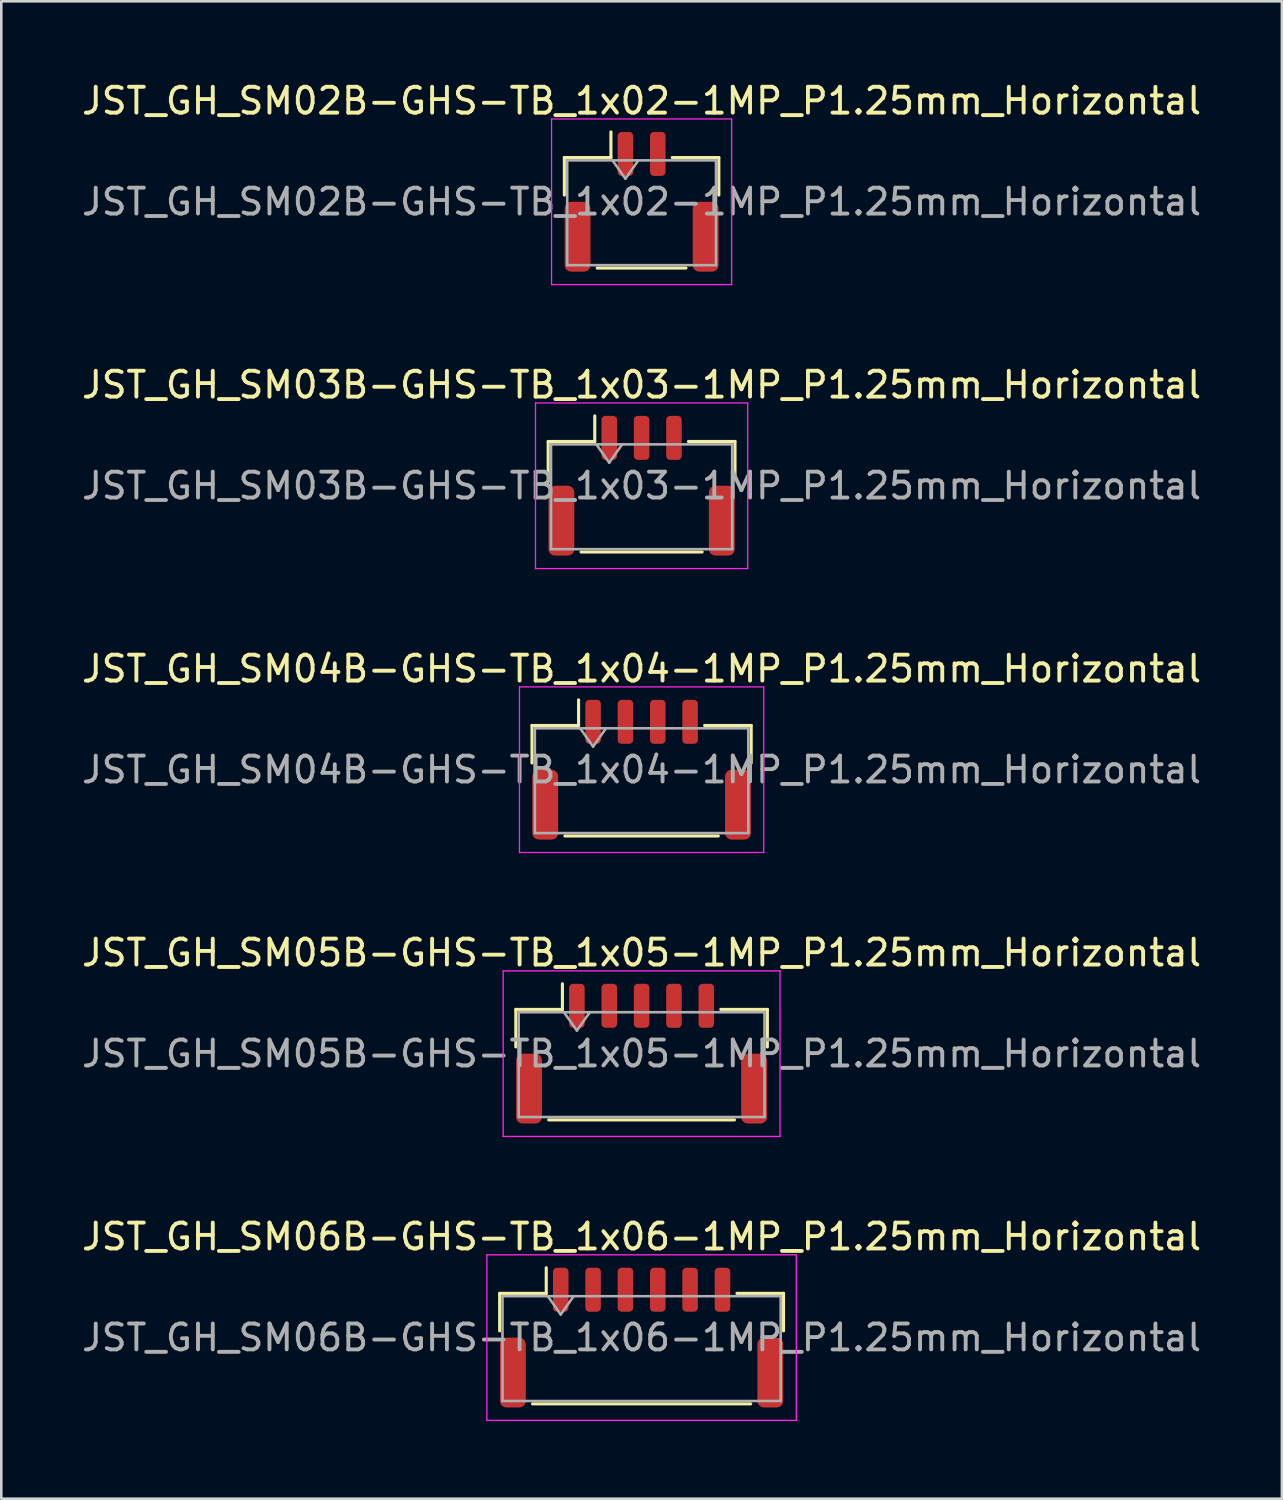
<source format=kicad_pcb>
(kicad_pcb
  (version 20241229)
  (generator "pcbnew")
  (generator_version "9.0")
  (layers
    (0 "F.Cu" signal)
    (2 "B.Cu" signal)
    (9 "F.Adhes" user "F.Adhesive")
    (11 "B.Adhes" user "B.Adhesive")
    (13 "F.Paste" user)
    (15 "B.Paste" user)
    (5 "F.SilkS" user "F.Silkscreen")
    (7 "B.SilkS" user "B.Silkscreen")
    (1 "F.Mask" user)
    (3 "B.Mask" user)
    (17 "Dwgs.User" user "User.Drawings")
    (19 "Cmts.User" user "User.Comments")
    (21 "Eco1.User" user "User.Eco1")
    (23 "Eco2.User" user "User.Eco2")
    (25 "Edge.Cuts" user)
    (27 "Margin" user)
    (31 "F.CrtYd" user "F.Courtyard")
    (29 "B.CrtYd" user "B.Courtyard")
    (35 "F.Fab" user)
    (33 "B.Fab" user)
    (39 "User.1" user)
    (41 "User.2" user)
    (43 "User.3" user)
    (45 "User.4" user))
  (footprint "JST_GH_SM05B-GHS-TB_1x05-1MP_P1.25mm_Horizontal"
    (layer "F.Cu")
    (at 21.744 37.668)
    (property "Reference" "JST_GH_SM05B-GHS-TB_1x05-1MP_P1.25mm_Horizontal" (at 0 -3.9 0) (layer "F.SilkS") (effects (font (size 1 1) (thickness 0.15))))
    (attr smd)
    (fp_line (start -4.86 -1.71) (end -3.06 -1.71) (stroke (width 0.12) (type solid)) (layer "F.SilkS"))
    (fp_line (start -4.86 -0.26) (end -4.86 -1.71) (stroke (width 0.12) (type solid)) (layer "F.SilkS"))
    (fp_line (start -3.59 2.56) (end 3.59 2.56) (stroke (width 0.12) (type solid)) (layer "F.SilkS"))
    (fp_line (start -3.06 -1.71) (end -3.06 -2.7) (stroke (width 0.12) (type solid)) (layer "F.SilkS"))
    (fp_line (start 4.86 -1.71) (end 3.06 -1.71) (stroke (width 0.12) (type solid)) (layer "F.SilkS"))
    (fp_line (start 4.86 -0.26) (end 4.86 -1.71) (stroke (width 0.12) (type solid)) (layer "F.SilkS"))
    (fp_line (start -5.35 -3.2) (end -5.35 3.2) (stroke (width 0.05) (type solid)) (layer "F.CrtYd"))
    (fp_line (start -5.35 3.2) (end 5.35 3.2) (stroke (width 0.05) (type solid)) (layer "F.CrtYd"))
    (fp_line (start 5.35 -3.2) (end -5.35 -3.2) (stroke (width 0.05) (type solid)) (layer "F.CrtYd"))
    (fp_line (start 5.35 3.2) (end 5.35 -3.2) (stroke (width 0.05) (type solid)) (layer "F.CrtYd"))
    (fp_line (start -4.75 -1.6) (end -4.75 2.45) (stroke (width 0.1) (type solid)) (layer "F.Fab"))
    (fp_line (start -4.75 -1.6) (end 4.75 -1.6) (stroke (width 0.1) (type solid)) (layer "F.Fab"))
    (fp_line (start -4.75 2.45) (end 4.75 2.45) (stroke (width 0.1) (type solid)) (layer "F.Fab"))
    (fp_line (start -3 -1.6) (end -2.5 -0.893) (stroke (width 0.1) (type solid)) (layer "F.Fab"))
    (fp_line (start -2.5 -0.893) (end -2 -1.6) (stroke (width 0.1) (type solid)) (layer "F.Fab"))
    (fp_line (start 4.75 -1.6) (end 4.75 2.45) (stroke (width 0.1) (type solid)) (layer "F.Fab"))
    (fp_text user "${REFERENCE}" (at 0 0 0) (layer "F.Fab") (effects (font (size 1 1) (thickness 0.15))))
    (pad "1" smd roundrect (at -2.5 -1.85) (size 0.6 1.7) (layers "F.Cu" "F.Mask" "F.Paste") (roundrect_rratio 0.25))
    (pad "2" smd roundrect (at -1.25 -1.85) (size 0.6 1.7) (layers "F.Cu" "F.Mask" "F.Paste") (roundrect_rratio 0.25))
    (pad "3" smd roundrect (at 0 -1.85) (size 0.6 1.7) (layers "F.Cu" "F.Mask" "F.Paste") (roundrect_rratio 0.25))
    (pad "4" smd roundrect (at 1.25 -1.85) (size 0.6 1.7) (layers "F.Cu" "F.Mask" "F.Paste") (roundrect_rratio 0.25))
    (pad "5" smd roundrect (at 2.5 -1.85) (size 0.6 1.7) (layers "F.Cu" "F.Mask" "F.Paste") (roundrect_rratio 0.25))
    (pad "MP" smd roundrect (at -4.35 1.35) (size 1 2.7) (layers "F.Cu" "F.Mask" "F.Paste") (roundrect_rratio 0.25))
    (pad "MP" smd roundrect (at 4.35 1.35) (size 1 2.7) (layers "F.Cu" "F.Mask" "F.Paste") (roundrect_rratio 0.25)))
  (footprint "JST_GH_SM02B-GHS-TB_1x02-1MP_P1.25mm_Horizontal"
    (layer "F.Cu")
    (at 21.744 4.748)
    (property "Reference" "JST_GH_SM02B-GHS-TB_1x02-1MP_P1.25mm_Horizontal" (at 0 -3.9 0) (layer "F.SilkS") (effects (font (size 1 1) (thickness 0.15))))
    (attr smd)
    (fp_line (start -2.985 -1.71) (end -1.185 -1.71) (stroke (width 0.12) (type solid)) (layer "F.SilkS"))
    (fp_line (start -2.985 -0.26) (end -2.985 -1.71) (stroke (width 0.12) (type solid)) (layer "F.SilkS"))
    (fp_line (start -1.715 2.56) (end 1.715 2.56) (stroke (width 0.12) (type solid)) (layer "F.SilkS"))
    (fp_line (start -1.185 -1.71) (end -1.185 -2.7) (stroke (width 0.12) (type solid)) (layer "F.SilkS"))
    (fp_line (start 2.985 -1.71) (end 1.185 -1.71) (stroke (width 0.12) (type solid)) (layer "F.SilkS"))
    (fp_line (start 2.985 -0.26) (end 2.985 -1.71) (stroke (width 0.12) (type solid)) (layer "F.SilkS"))
    (fp_line (start -3.48 -3.2) (end -3.48 3.2) (stroke (width 0.05) (type solid)) (layer "F.CrtYd"))
    (fp_line (start -3.48 3.2) (end 3.48 3.2) (stroke (width 0.05) (type solid)) (layer "F.CrtYd"))
    (fp_line (start 3.48 -3.2) (end -3.48 -3.2) (stroke (width 0.05) (type solid)) (layer "F.CrtYd"))
    (fp_line (start 3.48 3.2) (end 3.48 -3.2) (stroke (width 0.05) (type solid)) (layer "F.CrtYd"))
    (fp_line (start -2.875 -1.6) (end -2.875 2.45) (stroke (width 0.1) (type solid)) (layer "F.Fab"))
    (fp_line (start -2.875 -1.6) (end 2.875 -1.6) (stroke (width 0.1) (type solid)) (layer "F.Fab"))
    (fp_line (start -2.875 2.45) (end 2.875 2.45) (stroke (width 0.1) (type solid)) (layer "F.Fab"))
    (fp_line (start -1.125 -1.6) (end -0.625 -0.893) (stroke (width 0.1) (type solid)) (layer "F.Fab"))
    (fp_line (start -0.625 -0.893) (end -0.125 -1.6) (stroke (width 0.1) (type solid)) (layer "F.Fab"))
    (fp_line (start 2.875 -1.6) (end 2.875 2.45) (stroke (width 0.1) (type solid)) (layer "F.Fab"))
    (fp_text user "${REFERENCE}" (at 0 0 0) (layer "F.Fab") (effects (font (size 1 1) (thickness 0.15))))
    (pad "1" smd roundrect (at -0.625 -1.85) (size 0.6 1.7) (layers "F.Cu" "F.Mask" "F.Paste") (roundrect_rratio 0.25))
    (pad "2" smd roundrect (at 0.625 -1.85) (size 0.6 1.7) (layers "F.Cu" "F.Mask" "F.Paste") (roundrect_rratio 0.25))
    (pad "MP" smd roundrect (at -2.475 1.35) (size 1 2.7) (layers "F.Cu" "F.Mask" "F.Paste") (roundrect_rratio 0.25))
    (pad "MP" smd roundrect (at 2.475 1.35) (size 1 2.7) (layers "F.Cu" "F.Mask" "F.Paste") (roundrect_rratio 0.25)))
  (footprint "JST_GH_SM06B-GHS-TB_1x06-1MP_P1.25mm_Horizontal"
    (layer "F.Cu")
    (at 21.744 48.641)
    (property "Reference" "JST_GH_SM06B-GHS-TB_1x06-1MP_P1.25mm_Horizontal" (at 0 -3.9 0) (layer "F.SilkS") (effects (font (size 1 1) (thickness 0.15))))
    (attr smd)
    (fp_line (start -5.485 -1.71) (end -3.685 -1.71) (stroke (width 0.12) (type solid)) (layer "F.SilkS"))
    (fp_line (start -5.485 -0.26) (end -5.485 -1.71) (stroke (width 0.12) (type solid)) (layer "F.SilkS"))
    (fp_line (start -4.215 2.56) (end 4.215 2.56) (stroke (width 0.12) (type solid)) (layer "F.SilkS"))
    (fp_line (start -3.685 -1.71) (end -3.685 -2.7) (stroke (width 0.12) (type solid)) (layer "F.SilkS"))
    (fp_line (start 5.485 -1.71) (end 3.685 -1.71) (stroke (width 0.12) (type solid)) (layer "F.SilkS"))
    (fp_line (start 5.485 -0.26) (end 5.485 -1.71) (stroke (width 0.12) (type solid)) (layer "F.SilkS"))
    (fp_line (start -5.98 -3.2) (end -5.98 3.2) (stroke (width 0.05) (type solid)) (layer "F.CrtYd"))
    (fp_line (start -5.98 3.2) (end 5.98 3.2) (stroke (width 0.05) (type solid)) (layer "F.CrtYd"))
    (fp_line (start 5.98 -3.2) (end -5.98 -3.2) (stroke (width 0.05) (type solid)) (layer "F.CrtYd"))
    (fp_line (start 5.98 3.2) (end 5.98 -3.2) (stroke (width 0.05) (type solid)) (layer "F.CrtYd"))
    (fp_line (start -5.375 -1.6) (end -5.375 2.45) (stroke (width 0.1) (type solid)) (layer "F.Fab"))
    (fp_line (start -5.375 -1.6) (end 5.375 -1.6) (stroke (width 0.1) (type solid)) (layer "F.Fab"))
    (fp_line (start -5.375 2.45) (end 5.375 2.45) (stroke (width 0.1) (type solid)) (layer "F.Fab"))
    (fp_line (start -3.625 -1.6) (end -3.125 -0.893) (stroke (width 0.1) (type solid)) (layer "F.Fab"))
    (fp_line (start -3.125 -0.893) (end -2.625 -1.6) (stroke (width 0.1) (type solid)) (layer "F.Fab"))
    (fp_line (start 5.375 -1.6) (end 5.375 2.45) (stroke (width 0.1) (type solid)) (layer "F.Fab"))
    (fp_text user "${REFERENCE}" (at 0 0 0) (layer "F.Fab") (effects (font (size 1 1) (thickness 0.15))))
    (pad "1" smd roundrect (at -3.125 -1.85) (size 0.6 1.7) (layers "F.Cu" "F.Mask" "F.Paste") (roundrect_rratio 0.25))
    (pad "2" smd roundrect (at -1.875 -1.85) (size 0.6 1.7) (layers "F.Cu" "F.Mask" "F.Paste") (roundrect_rratio 0.25))
    (pad "3" smd roundrect (at -0.625 -1.85) (size 0.6 1.7) (layers "F.Cu" "F.Mask" "F.Paste") (roundrect_rratio 0.25))
    (pad "4" smd roundrect (at 0.625 -1.85) (size 0.6 1.7) (layers "F.Cu" "F.Mask" "F.Paste") (roundrect_rratio 0.25))
    (pad "5" smd roundrect (at 1.875 -1.85) (size 0.6 1.7) (layers "F.Cu" "F.Mask" "F.Paste") (roundrect_rratio 0.25))
    (pad "6" smd roundrect (at 3.125 -1.85) (size 0.6 1.7) (layers "F.Cu" "F.Mask" "F.Paste") (roundrect_rratio 0.25))
    (pad "MP" smd roundrect (at -4.975 1.35) (size 1 2.7) (layers "F.Cu" "F.Mask" "F.Paste") (roundrect_rratio 0.25))
    (pad "MP" smd roundrect (at 4.975 1.35) (size 1 2.7) (layers "F.Cu" "F.Mask" "F.Paste") (roundrect_rratio 0.25)))
  (footprint "JST_GH_SM03B-GHS-TB_1x03-1MP_P1.25mm_Horizontal"
    (layer "F.Cu")
    (at 21.744 15.722)
    (property "Reference" "JST_GH_SM03B-GHS-TB_1x03-1MP_P1.25mm_Horizontal" (at 0 -3.9 0) (layer "F.SilkS") (effects (font (size 1 1) (thickness 0.15))))
    (attr smd)
    (fp_line (start -3.61 -1.71) (end -1.81 -1.71) (stroke (width 0.12) (type solid)) (layer "F.SilkS"))
    (fp_line (start -3.61 -0.26) (end -3.61 -1.71) (stroke (width 0.12) (type solid)) (layer "F.SilkS"))
    (fp_line (start -2.34 2.56) (end 2.34 2.56) (stroke (width 0.12) (type solid)) (layer "F.SilkS"))
    (fp_line (start -1.81 -1.71) (end -1.81 -2.7) (stroke (width 0.12) (type solid)) (layer "F.SilkS"))
    (fp_line (start 3.61 -1.71) (end 1.81 -1.71) (stroke (width 0.12) (type solid)) (layer "F.SilkS"))
    (fp_line (start 3.61 -0.26) (end 3.61 -1.71) (stroke (width 0.12) (type solid)) (layer "F.SilkS"))
    (fp_line (start -4.1 -3.2) (end -4.1 3.2) (stroke (width 0.05) (type solid)) (layer "F.CrtYd"))
    (fp_line (start -4.1 3.2) (end 4.1 3.2) (stroke (width 0.05) (type solid)) (layer "F.CrtYd"))
    (fp_line (start 4.1 -3.2) (end -4.1 -3.2) (stroke (width 0.05) (type solid)) (layer "F.CrtYd"))
    (fp_line (start 4.1 3.2) (end 4.1 -3.2) (stroke (width 0.05) (type solid)) (layer "F.CrtYd"))
    (fp_line (start -3.5 -1.6) (end -3.5 2.45) (stroke (width 0.1) (type solid)) (layer "F.Fab"))
    (fp_line (start -3.5 -1.6) (end 3.5 -1.6) (stroke (width 0.1) (type solid)) (layer "F.Fab"))
    (fp_line (start -3.5 2.45) (end 3.5 2.45) (stroke (width 0.1) (type solid)) (layer "F.Fab"))
    (fp_line (start -1.75 -1.6) (end -1.25 -0.893) (stroke (width 0.1) (type solid)) (layer "F.Fab"))
    (fp_line (start -1.25 -0.893) (end -0.75 -1.6) (stroke (width 0.1) (type solid)) (layer "F.Fab"))
    (fp_line (start 3.5 -1.6) (end 3.5 2.45) (stroke (width 0.1) (type solid)) (layer "F.Fab"))
    (fp_text user "${REFERENCE}" (at 0 0 0) (layer "F.Fab") (effects (font (size 1 1) (thickness 0.15))))
    (pad "1" smd roundrect (at -1.25 -1.85) (size 0.6 1.7) (layers "F.Cu" "F.Mask" "F.Paste") (roundrect_rratio 0.25))
    (pad "2" smd roundrect (at 0 -1.85) (size 0.6 1.7) (layers "F.Cu" "F.Mask" "F.Paste") (roundrect_rratio 0.25))
    (pad "3" smd roundrect (at 1.25 -1.85) (size 0.6 1.7) (layers "F.Cu" "F.Mask" "F.Paste") (roundrect_rratio 0.25))
    (pad "MP" smd roundrect (at -3.1 1.35) (size 1 2.7) (layers "F.Cu" "F.Mask" "F.Paste") (roundrect_rratio 0.25))
    (pad "MP" smd roundrect (at 3.1 1.35) (size 1 2.7) (layers "F.Cu" "F.Mask" "F.Paste") (roundrect_rratio 0.25)))
  (footprint "JST_GH_SM04B-GHS-TB_1x04-1MP_P1.25mm_Horizontal"
    (layer "F.Cu")
    (at 21.744 26.695)
    (property "Reference" "JST_GH_SM04B-GHS-TB_1x04-1MP_P1.25mm_Horizontal" (at 0 -3.9 0) (layer "F.SilkS") (effects (font (size 1 1) (thickness 0.15))))
    (attr smd)
    (fp_line (start -4.235 -1.71) (end -2.435 -1.71) (stroke (width 0.12) (type solid)) (layer "F.SilkS"))
    (fp_line (start -4.235 -0.26) (end -4.235 -1.71) (stroke (width 0.12) (type solid)) (layer "F.SilkS"))
    (fp_line (start -2.965 2.56) (end 2.965 2.56) (stroke (width 0.12) (type solid)) (layer "F.SilkS"))
    (fp_line (start -2.435 -1.71) (end -2.435 -2.7) (stroke (width 0.12) (type solid)) (layer "F.SilkS"))
    (fp_line (start 4.235 -1.71) (end 2.435 -1.71) (stroke (width 0.12) (type solid)) (layer "F.SilkS"))
    (fp_line (start 4.235 -0.26) (end 4.235 -1.71) (stroke (width 0.12) (type solid)) (layer "F.SilkS"))
    (fp_line (start -4.72 -3.2) (end -4.72 3.2) (stroke (width 0.05) (type solid)) (layer "F.CrtYd"))
    (fp_line (start -4.72 3.2) (end 4.72 3.2) (stroke (width 0.05) (type solid)) (layer "F.CrtYd"))
    (fp_line (start 4.72 -3.2) (end -4.72 -3.2) (stroke (width 0.05) (type solid)) (layer "F.CrtYd"))
    (fp_line (start 4.72 3.2) (end 4.72 -3.2) (stroke (width 0.05) (type solid)) (layer "F.CrtYd"))
    (fp_line (start -4.125 -1.6) (end -4.125 2.45) (stroke (width 0.1) (type solid)) (layer "F.Fab"))
    (fp_line (start -4.125 -1.6) (end 4.125 -1.6) (stroke (width 0.1) (type solid)) (layer "F.Fab"))
    (fp_line (start -4.125 2.45) (end 4.125 2.45) (stroke (width 0.1) (type solid)) (layer "F.Fab"))
    (fp_line (start -2.375 -1.6) (end -1.875 -0.893) (stroke (width 0.1) (type solid)) (layer "F.Fab"))
    (fp_line (start -1.875 -0.893) (end -1.375 -1.6) (stroke (width 0.1) (type solid)) (layer "F.Fab"))
    (fp_line (start 4.125 -1.6) (end 4.125 2.45) (stroke (width 0.1) (type solid)) (layer "F.Fab"))
    (fp_text user "${REFERENCE}" (at 0 0 0) (layer "F.Fab") (effects (font (size 1 1) (thickness 0.15))))
    (pad "1" smd roundrect (at -1.875 -1.85) (size 0.6 1.7) (layers "F.Cu" "F.Mask" "F.Paste") (roundrect_rratio 0.25))
    (pad "2" smd roundrect (at -0.625 -1.85) (size 0.6 1.7) (layers "F.Cu" "F.Mask" "F.Paste") (roundrect_rratio 0.25))
    (pad "3" smd roundrect (at 0.625 -1.85) (size 0.6 1.7) (layers "F.Cu" "F.Mask" "F.Paste") (roundrect_rratio 0.25))
    (pad "4" smd roundrect (at 1.875 -1.85) (size 0.6 1.7) (layers "F.Cu" "F.Mask" "F.Paste") (roundrect_rratio 0.25))
    (pad "MP" smd roundrect (at -3.725 1.35) (size 1 2.7) (layers "F.Cu" "F.Mask" "F.Paste") (roundrect_rratio 0.25))
    (pad "MP" smd roundrect (at 3.725 1.35) (size 1 2.7) (layers "F.Cu" "F.Mask" "F.Paste") (roundrect_rratio 0.25)))
  (gr_rect
    (start -3 -3)
    (end 46.488 54.866)
    (stroke (width 0.1) (type default))
    (fill no)
    (layer "Edge.Cuts")))
</source>
